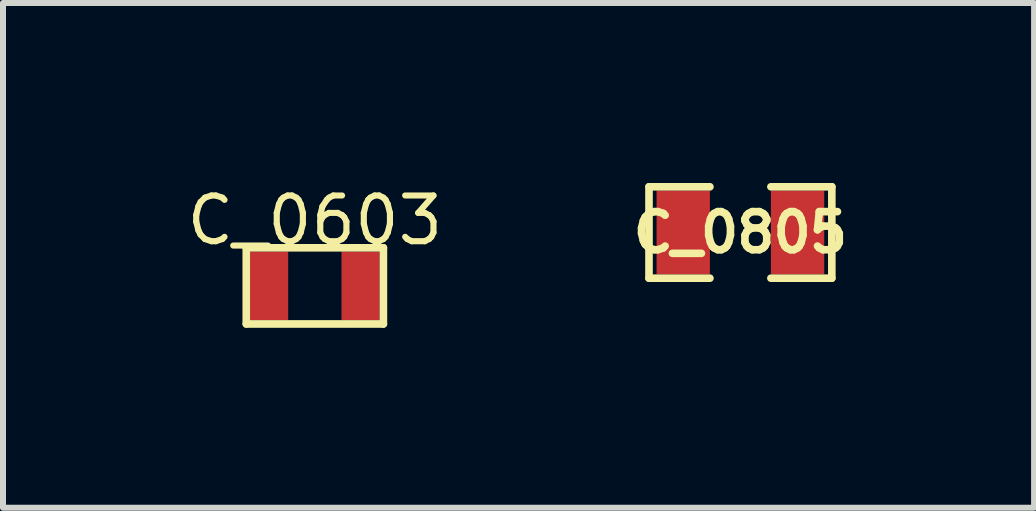
<source format=kicad_pcb>
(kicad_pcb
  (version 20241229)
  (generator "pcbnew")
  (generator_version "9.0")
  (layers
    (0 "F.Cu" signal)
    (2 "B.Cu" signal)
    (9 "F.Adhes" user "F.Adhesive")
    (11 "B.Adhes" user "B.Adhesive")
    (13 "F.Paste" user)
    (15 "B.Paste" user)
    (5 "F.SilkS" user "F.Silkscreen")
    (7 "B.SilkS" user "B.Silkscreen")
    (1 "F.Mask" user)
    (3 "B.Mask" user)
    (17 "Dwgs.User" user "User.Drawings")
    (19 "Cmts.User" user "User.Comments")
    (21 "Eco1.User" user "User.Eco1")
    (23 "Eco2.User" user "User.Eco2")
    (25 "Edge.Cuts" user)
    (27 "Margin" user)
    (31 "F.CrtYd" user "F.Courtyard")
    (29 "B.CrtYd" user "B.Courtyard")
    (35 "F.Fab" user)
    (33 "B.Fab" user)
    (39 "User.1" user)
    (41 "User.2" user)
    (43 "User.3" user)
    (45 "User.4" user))
  (footprint "C_0603"
    (layer "F.Cu")
    (at 2.199 1.716)
    (property "Reference" "C_0603" (at 0 -1.092 0) (layer "F.SilkS") (effects (font (size 0.762 0.762) (thickness 0.102))))
    (attr smd)
    (fp_line (start -1.143 -0.635) (end 1.143 -0.635) (stroke (width 0.127) (type solid)) (layer "F.SilkS"))
    (fp_line (start -1.143 0.635) (end -1.143 -0.635) (stroke (width 0.127) (type solid)) (layer "F.SilkS"))
    (fp_line (start 1.143 -0.635) (end 1.143 0.635) (stroke (width 0.127) (type solid)) (layer "F.SilkS"))
    (fp_line (start 1.143 0.635) (end -1.143 0.635) (stroke (width 0.127) (type solid)) (layer "F.SilkS"))
    (pad "1" smd rect (at -0.762 0) (size 0.635 1.143) (layers "F.Cu" "F.Mask" "F.Paste"))
    (pad "2" smd rect (at 0.762 0) (size 0.635 1.143) (layers "F.Cu" "F.Mask" "F.Paste")))
  (footprint "C_0805"
    (layer "F.Cu")
    (at 9.294 0.826)
    (property "Reference" "C_0805" (at 0 0 0) (layer "F.SilkS") (effects (font (size 0.635 0.635) (thickness 0.127))))
    (attr smd)
    (fp_line (start -1.524 -0.762) (end -0.508 -0.762) (stroke (width 0.127) (type solid)) (layer "F.SilkS"))
    (fp_line (start -1.524 0.762) (end -1.524 -0.762) (stroke (width 0.127) (type solid)) (layer "F.SilkS"))
    (fp_line (start -0.508 0.762) (end -1.524 0.762) (stroke (width 0.127) (type solid)) (layer "F.SilkS"))
    (fp_line (start 0.508 -0.762) (end 1.524 -0.762) (stroke (width 0.127) (type solid)) (layer "F.SilkS"))
    (fp_line (start 1.524 -0.762) (end 1.524 0.762) (stroke (width 0.127) (type solid)) (layer "F.SilkS"))
    (fp_line (start 1.524 0.762) (end 0.508 0.762) (stroke (width 0.127) (type solid)) (layer "F.SilkS"))
    (pad "1" smd rect (at -0.953 0) (size 0.889 1.397) (layers "F.Cu" "F.Mask" "F.Paste"))
    (pad "2" smd rect (at 0.953 0) (size 0.889 1.397) (layers "F.Cu" "F.Mask" "F.Paste")))
  (gr_rect
    (start -3 -3)
    (end 14.19 5.415)
    (stroke (width 0.1) (type default))
    (fill no)
    (layer "Edge.Cuts")))
</source>
